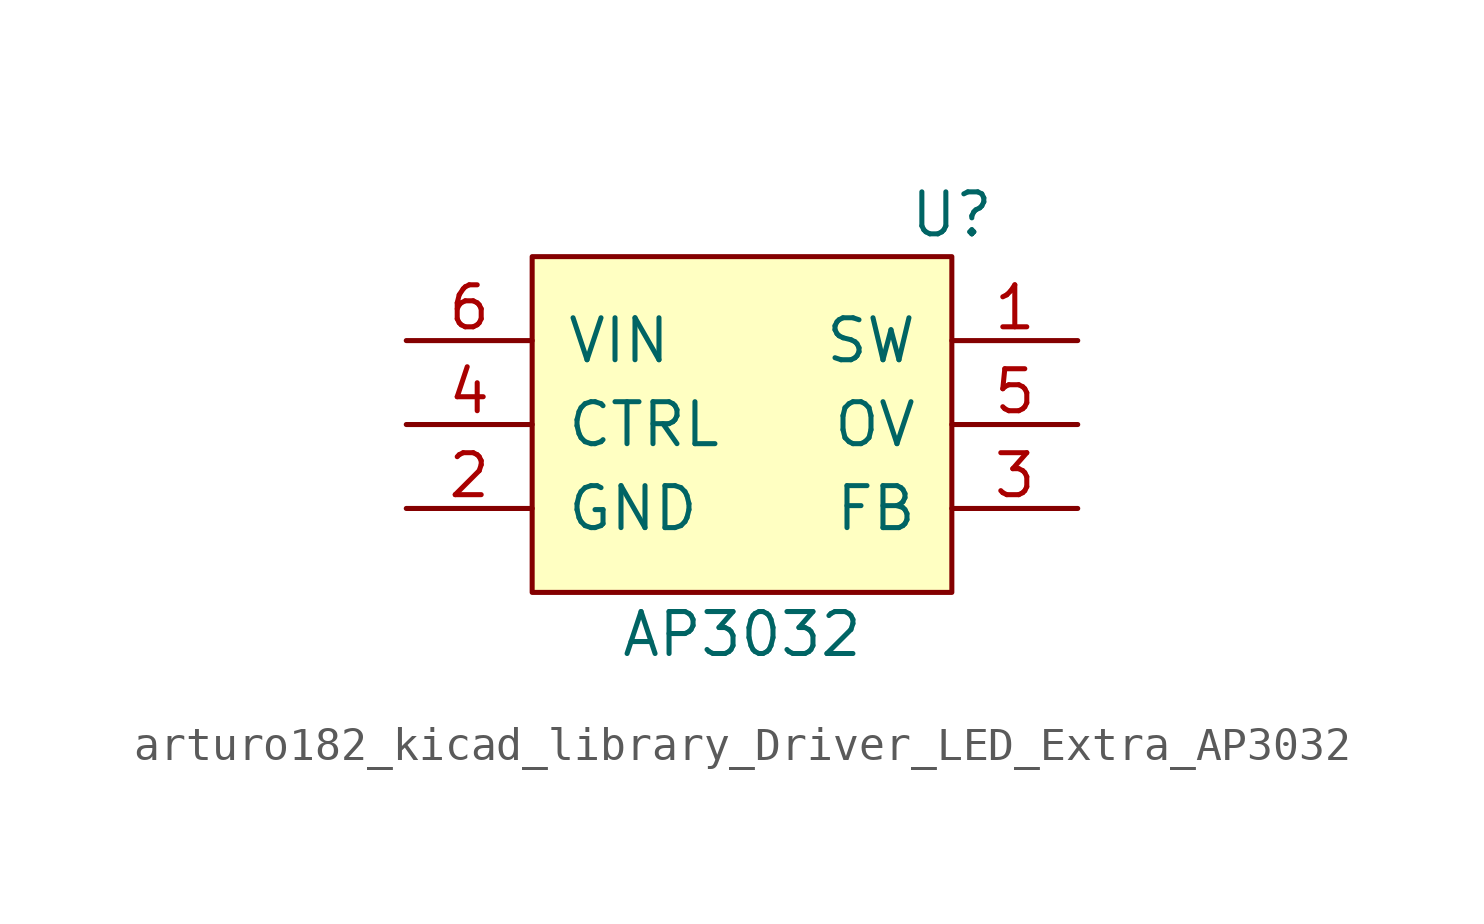
<source format=kicad_sym>
(kicad_symbol_lib
  (version 20220914)
  (generator kicad_symbol_editor)
  (symbol "arturo182_kicad_library_Driver_LED_Extra_AP3032"
    (pin_names
      (offset 1.016))
    (property "Reference" "U"
      (at 6.35 6.35 0)
      (effects (font (size 1.27 1.27))))
    (property "Value" "AP3032"
      (at 0 -6.35 0)
      (effects (font (size 1.27 1.27))))
    (symbol "arturo182_kicad_library_Driver_LED_Extra_AP3032_0_1"
      (rectangle (start -6.35 5.08) (end 6.35 -5.08) (stroke (width 0) (type solid)) (fill (type background))))
    (symbol "arturo182_kicad_library_Driver_LED_Extra_AP3032_1_1"
      (pin power_out line (at 10.16 2.54 180) (length 3.81) (name "SW" (effects (font (size 1.27 1.27)))) (number "1" (effects (font (size 1.27 1.27)))))
      (pin power_in line (at -10.16 -2.54 0) (length 3.81) (name "GND" (effects (font (size 1.27 1.27)))) (number "2" (effects (font (size 1.27 1.27)))))
      (pin output line (at 10.16 -2.54 180) (length 3.81) (name "FB" (effects (font (size 1.27 1.27)))) (number "3" (effects (font (size 1.27 1.27)))))
      (pin input line (at -10.16 0 0) (length 3.81) (name "CTRL" (effects (font (size 1.27 1.27)))) (number "4" (effects (font (size 1.27 1.27)))))
      (pin input line (at 10.16 0 180) (length 3.81) (name "OV" (effects (font (size 1.27 1.27)))) (number "5" (effects (font (size 1.27 1.27)))))
      (pin power_in line (at -10.16 2.54 0) (length 3.81) (name "VIN" (effects (font (size 1.27 1.27)))) (number "6" (effects (font (size 1.27 1.27))))))))
</source>
